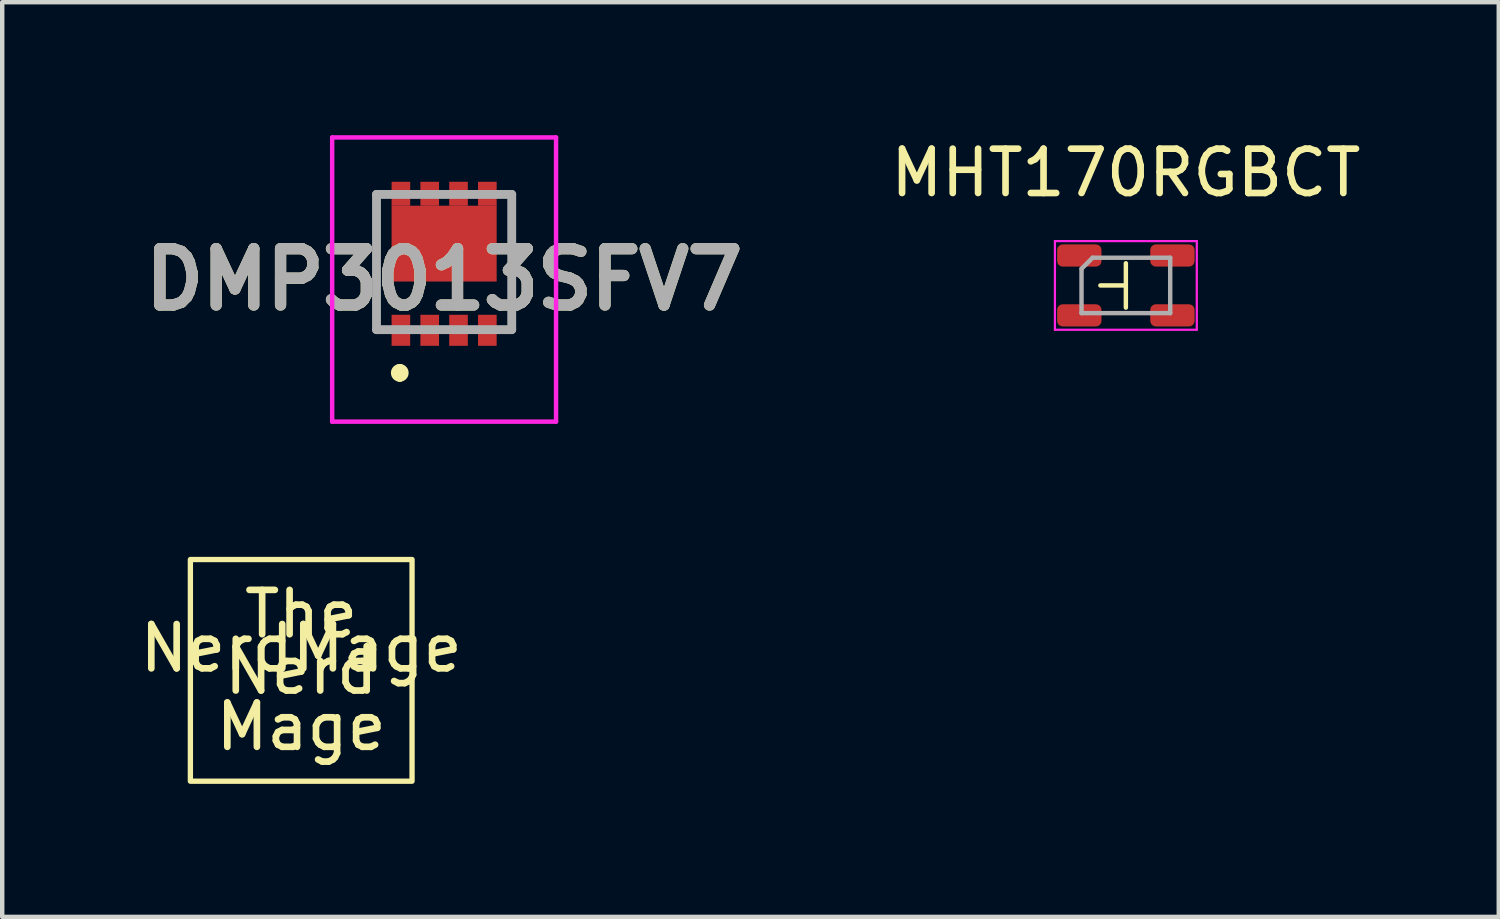
<source format=kicad_pcb>
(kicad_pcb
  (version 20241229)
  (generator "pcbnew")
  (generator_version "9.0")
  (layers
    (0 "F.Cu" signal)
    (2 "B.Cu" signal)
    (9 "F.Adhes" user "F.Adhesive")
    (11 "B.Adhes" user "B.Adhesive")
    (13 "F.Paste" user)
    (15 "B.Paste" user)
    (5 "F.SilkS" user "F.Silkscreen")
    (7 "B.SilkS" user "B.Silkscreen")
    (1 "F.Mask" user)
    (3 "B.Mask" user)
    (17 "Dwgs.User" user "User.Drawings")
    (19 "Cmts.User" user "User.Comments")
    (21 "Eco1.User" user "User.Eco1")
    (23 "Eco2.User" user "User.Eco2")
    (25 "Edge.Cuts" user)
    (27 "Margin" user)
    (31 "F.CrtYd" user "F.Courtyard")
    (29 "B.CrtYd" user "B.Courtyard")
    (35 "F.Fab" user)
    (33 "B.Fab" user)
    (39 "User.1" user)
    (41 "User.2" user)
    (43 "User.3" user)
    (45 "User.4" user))
  (footprint "NerdMage"
    (layer "F.Cu")
    (at 3.744 12.07)
    (property "Reference" "NerdMage" (at 0 -0.5 0) (unlocked yes) (layer "F.SilkS") (effects (font (size 1 1) (thickness 0.15))))
    (attr smd)
    (fp_rect (start -2.5 -2.5) (end 2.5 2.5) (stroke (width 0.12) (type solid)) (fill no) (layer "F.SilkS"))
    (fp_text user "The" (at 0 -1.27 0) (unlocked yes) (layer "F.SilkS") (effects (font (size 1 1) (thickness 0.15))))
    (fp_text user "Mage" (at 0 1.27 0) (unlocked yes) (layer "F.SilkS") (effects (font (size 1 1) (thickness 0.15))))
    (fp_text user "Nerd" (at 0 0 0) (unlocked yes) (layer "F.SilkS") (effects (font (size 1 1) (thickness 0.15)))))
  (footprint "MHT170RGBCT"
    (layer "F.Cu")
    (at 22.344 3.388)
    (property "Reference" "MHT170RGBCT" (at 0 -2.54 0) (layer "F.SilkS") (effects (font (size 1 1) (thickness 0.15))))
    (attr smd)
    (fp_line (start 0 0) (end -0.575 0) (stroke (width 0.1) (type solid)) (layer "F.SilkS"))
    (fp_line (start 0 0.5) (end 0 -0.5) (stroke (width 0.1) (type solid)) (layer "F.SilkS"))
    (fp_line (start -1.6 -1) (end -1.6 1) (stroke (width 0.05) (type solid)) (layer "F.CrtYd"))
    (fp_line (start -1.6 1) (end 1.6 1) (stroke (width 0.05) (type solid)) (layer "F.CrtYd"))
    (fp_line (start 1.6 -1) (end -1.6 -1) (stroke (width 0.05) (type solid)) (layer "F.CrtYd"))
    (fp_line (start 1.6 1) (end 1.6 -1) (stroke (width 0.05) (type solid)) (layer "F.CrtYd"))
    (fp_line (start -1 -0.375) (end -1 0.625) (stroke (width 0.1) (type solid)) (layer "F.Fab"))
    (fp_line (start -1 0.625) (end 1 0.625) (stroke (width 0.1) (type solid)) (layer "F.Fab"))
    (fp_line (start -0.75 -0.625) (end -1 -0.375) (stroke (width 0.1) (type solid)) (layer "F.Fab"))
    (fp_line (start 1 -0.625) (end -0.75 -0.625) (stroke (width 0.1) (type solid)) (layer "F.Fab"))
    (fp_line (start 1 0.625) (end 1 -0.625) (stroke (width 0.1) (type solid)) (layer "F.Fab"))
    (pad "1" smd roundrect (at -1.05 -0.675) (size 1 0.5) (layers "F.Cu" "F.Mask" "F.Paste") (roundrect_rratio 0.25))
    (pad "2" smd roundrect (at 1.05 -0.675) (size 1 0.5) (layers "F.Cu" "F.Mask" "F.Paste") (roundrect_rratio 0.25))
    (pad "3" smd roundrect (at 1.05 0.675) (size 1 0.5) (layers "F.Cu" "F.Mask" "F.Paste") (roundrect_rratio 0.25))
    (pad "4" smd roundrect (at -1.05 0.675) (size 1 0.5) (layers "F.Cu" "F.Mask" "F.Paste") (roundrect_rratio 0.25)))
  (footprint "DMP3013SFV7"
    (layer "F.Cu")
    (at 6.967 4.4)
    (property "Reference" "DMP3013SFV7" (at 0 -1.145 0) (layer "F.SilkS") (effects (font (size 1.27 1.27) (thickness 0.254))))
    (attr smd)
    (fp_line (start -1.525 -3.08) (end -1.525 -0.015) (stroke (width 0.1) (type solid)) (layer "F.SilkS"))
    (fp_line (start -1 0.86) (end -1 0.86) (stroke (width 0.2) (type solid)) (layer "F.SilkS"))
    (fp_line (start -1 1.06) (end -1 1.06) (stroke (width 0.2) (type solid)) (layer "F.SilkS"))
    (fp_line (start 1.525 -3.065) (end 1.525 -0.015) (stroke (width 0.1) (type solid)) (layer "F.SilkS"))
    (fp_arc (start -1 0.86) (mid -0.9 0.96) (end -1 1.06) (stroke (width 0.2) (type solid)) (layer "F.SilkS"))
    (fp_arc (start -1 1.06) (mid -1.1 0.96) (end -1 0.86) (stroke (width 0.2) (type solid)) (layer "F.SilkS"))
    (fp_line (start -2.525 -4.35) (end 2.525 -4.35) (stroke (width 0.1) (type solid)) (layer "F.CrtYd"))
    (fp_line (start -2.525 2.06) (end -2.525 -4.35) (stroke (width 0.1) (type solid)) (layer "F.CrtYd"))
    (fp_line (start 2.525 -4.35) (end 2.525 2.06) (stroke (width 0.1) (type solid)) (layer "F.CrtYd"))
    (fp_line (start 2.525 2.06) (end -2.525 2.06) (stroke (width 0.1) (type solid)) (layer "F.CrtYd"))
    (fp_line (start -1.525 -3.065) (end 1.525 -3.065) (stroke (width 0.2) (type solid)) (layer "F.Fab"))
    (fp_line (start -1.525 -0.015) (end -1.525 -3.065) (stroke (width 0.2) (type solid)) (layer "F.Fab"))
    (fp_line (start 1.525 -3.065) (end 1.525 -0.015) (stroke (width 0.2) (type solid)) (layer "F.Fab"))
    (fp_line (start 1.525 -0.015) (end -1.525 -0.015) (stroke (width 0.2) (type solid)) (layer "F.Fab"))
    (fp_text user "${REFERENCE}" (at 0 -1.145 0) (layer "F.Fab") (effects (font (size 1.27 1.27) (thickness 0.254))))
    (pad "1" smd rect (at -0.975 0) (size 0.42 0.7) (layers "F.Cu" "F.Mask" "F.Paste"))
    (pad "2" smd rect (at -0.325 0) (size 0.42 0.7) (layers "F.Cu" "F.Mask" "F.Paste"))
    (pad "3" smd rect (at 0.325 0) (size 0.42 0.7) (layers "F.Cu" "F.Mask" "F.Paste"))
    (pad "4" smd rect (at 0.975 0) (size 0.42 0.7) (layers "F.Cu" "F.Mask" "F.Paste"))
    (pad "5" smd rect (at 0.975 -3.08) (size 0.42 0.54) (layers "F.Cu" "F.Mask" "F.Paste"))
    (pad "6" smd rect (at 0.325 -3.08) (size 0.42 0.54) (layers "F.Cu" "F.Mask" "F.Paste"))
    (pad "7" smd rect (at -0.325 -3.08) (size 0.42 0.54) (layers "F.Cu" "F.Mask" "F.Paste"))
    (pad "8" smd rect (at -0.975 -3.08) (size 0.42 0.54) (layers "F.Cu" "F.Mask" "F.Paste"))
    (pad "9" smd rect (at 0 -1.955 90) (size 1.71 2.37) (layers "F.Cu" "F.Mask" "F.Paste")))
  (gr_rect
    (start -3 -3)
    (end 30.755 17.63)
    (stroke (width 0.1) (type default))
    (fill no)
    (layer "Edge.Cuts")))
</source>
